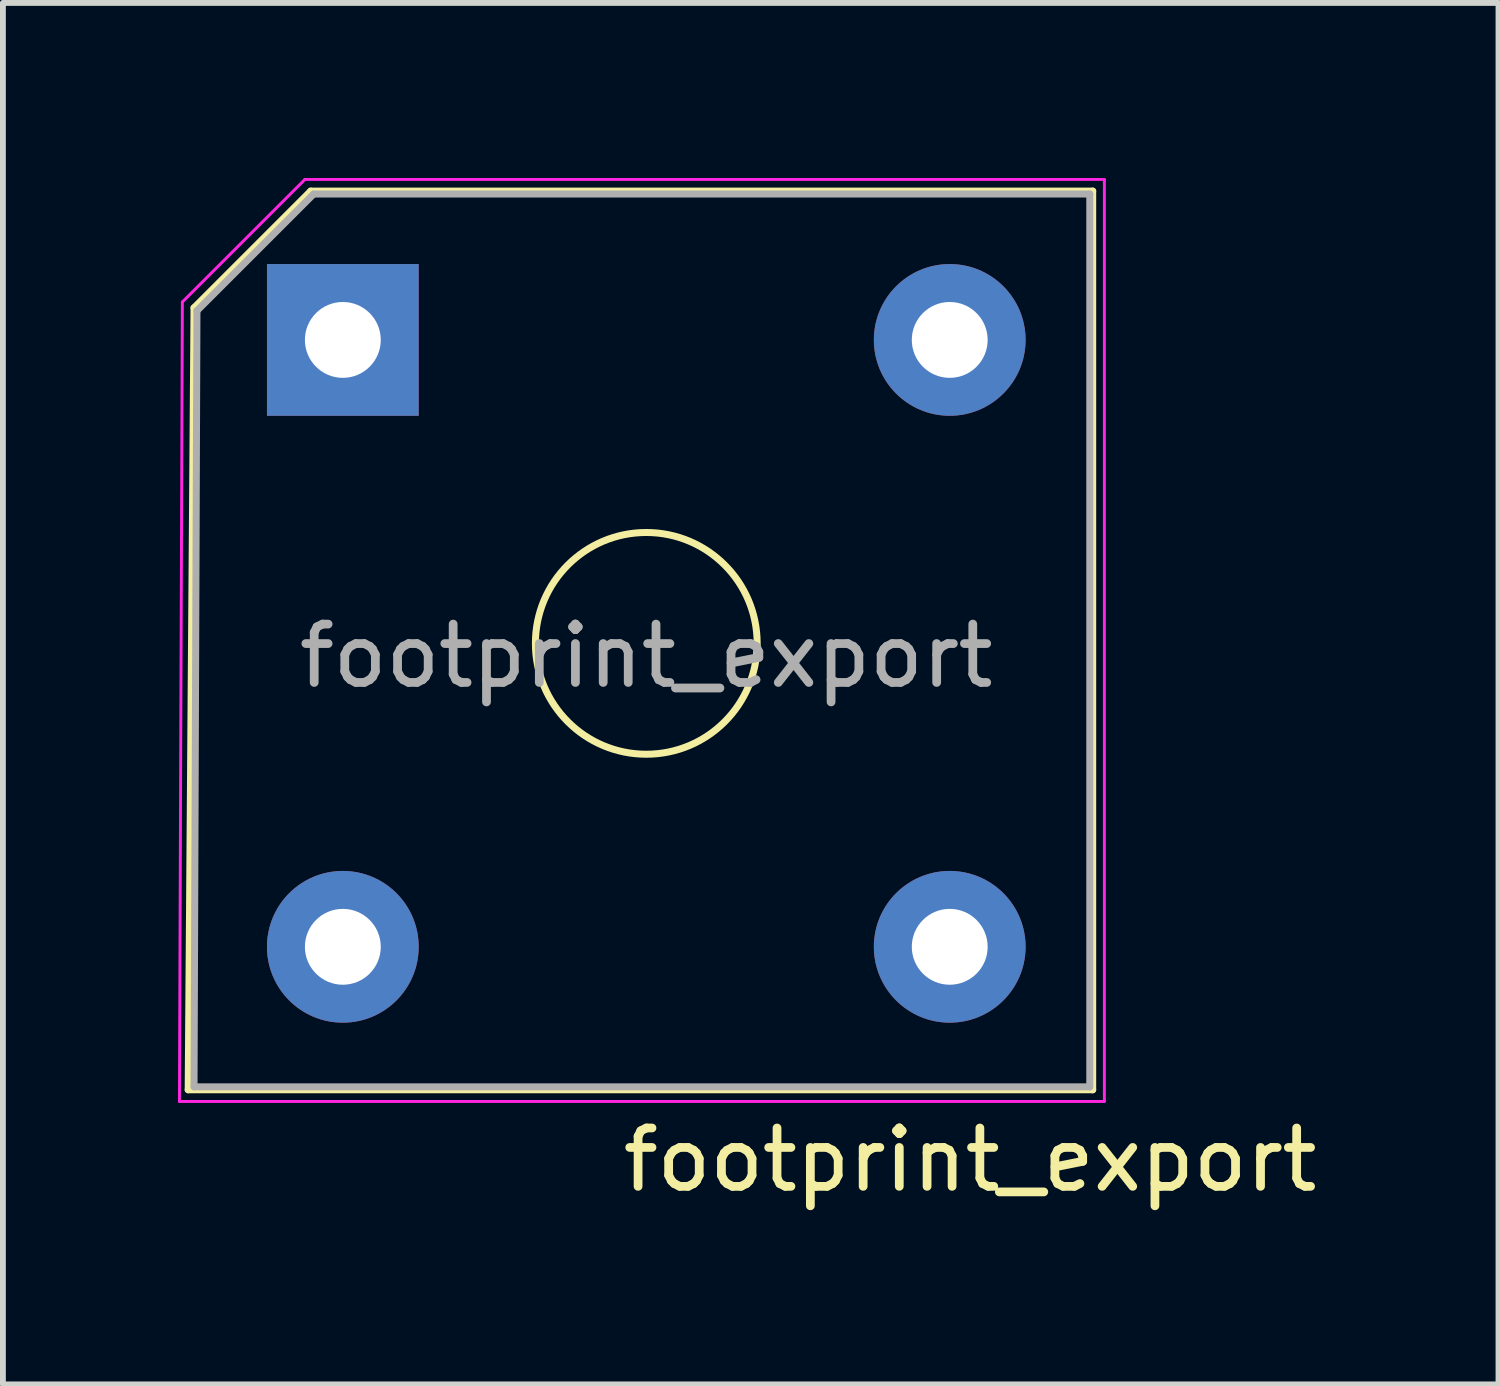
<source format=kicad_pcb>
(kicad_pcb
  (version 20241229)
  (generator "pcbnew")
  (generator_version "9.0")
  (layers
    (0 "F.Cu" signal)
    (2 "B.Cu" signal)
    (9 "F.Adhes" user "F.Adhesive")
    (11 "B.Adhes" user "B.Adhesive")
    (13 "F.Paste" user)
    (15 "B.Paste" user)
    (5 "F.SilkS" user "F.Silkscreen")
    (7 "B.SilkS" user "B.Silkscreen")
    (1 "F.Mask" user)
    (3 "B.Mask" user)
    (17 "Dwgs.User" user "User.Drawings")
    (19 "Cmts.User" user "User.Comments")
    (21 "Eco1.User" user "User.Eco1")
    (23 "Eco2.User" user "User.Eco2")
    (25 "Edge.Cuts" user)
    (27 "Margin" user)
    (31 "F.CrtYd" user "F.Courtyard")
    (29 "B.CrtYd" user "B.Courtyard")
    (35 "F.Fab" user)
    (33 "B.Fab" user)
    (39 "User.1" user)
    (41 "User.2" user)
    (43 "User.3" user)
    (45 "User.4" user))
  (footprint "footprint_export"
    (layer "F.Cu")
    (at 2.825 2.775)
    (property "Reference" "footprint_export" (at 10.75 14.05 180) (layer "F.SilkS") (effects (font (size 1 1) (thickness 0.15))))
    (attr through_hole)
    (fp_line (start -2.65 12.85) (end 12.85 12.85) (stroke (width 0.12) (type solid)) (layer "F.SilkS"))
    (fp_line (start -2.55 -0.55) (end -2.65 12.85) (stroke (width 0.12) (type solid)) (layer "F.SilkS"))
    (fp_line (start -0.55 -2.55) (end -2.55 -0.55) (stroke (width 0.12) (type solid)) (layer "F.SilkS"))
    (fp_line (start 12.85 -2.55) (end -0.55 -2.55) (stroke (width 0.12) (type solid)) (layer "F.SilkS"))
    (fp_line (start 12.85 12.85) (end 12.85 -2.55) (stroke (width 0.12) (type solid)) (layer "F.SilkS"))
    (fp_circle (center 5.2 5.2) (end 5.2 7.1) (stroke (width 0.12) (type solid)) (fill no) (layer "F.SilkS"))
    (fp_line (start -2.8 13.05) (end -2.75 -0.65) (stroke (width 0.05) (type solid)) (layer "F.CrtYd"))
    (fp_line (start -2.75 -0.65) (end -0.65 -2.75) (stroke (width 0.05) (type solid)) (layer "F.CrtYd"))
    (fp_line (start -0.65 -2.75) (end 13.05 -2.75) (stroke (width 0.05) (type solid)) (layer "F.CrtYd"))
    (fp_line (start 13.05 -2.75) (end 13.05 13.05) (stroke (width 0.05) (type solid)) (layer "F.CrtYd"))
    (fp_line (start 13.05 13.05) (end -2.8 13.05) (stroke (width 0.05) (type solid)) (layer "F.CrtYd"))
    (fp_line (start -2.55 12.8) (end -2.5 -0.5) (stroke (width 0.12) (type solid)) (layer "F.Fab"))
    (fp_line (start -2.5 -0.5) (end -0.5 -2.5) (stroke (width 0.12) (type solid)) (layer "F.Fab"))
    (fp_line (start -0.5 -2.5) (end 12.8 -2.5) (stroke (width 0.12) (type solid)) (layer "F.Fab"))
    (fp_line (start 12.8 -2.5) (end 12.8 12.8) (stroke (width 0.12) (type solid)) (layer "F.Fab"))
    (fp_line (start 12.8 12.8) (end -2.55 12.8) (stroke (width 0.12) (type solid)) (layer "F.Fab"))
    (fp_text user "${REFERENCE}" (at 5.2 5.415 180) (layer "F.Fab") (effects (font (size 1 1) (thickness 0.15))))
    (pad "1" thru_hole rect (at 0 0) (size 2.6 2.6) (drill 1.3) (layers "*.Cu" "*.Mask"))
    (pad "2" thru_hole circle (at 0 10.4) (size 2.6 2.6) (drill 1.3) (layers "*.Cu" "*.Mask"))
    (pad "3" thru_hole circle (at 10.4 10.4) (size 2.6 2.6) (drill 1.3) (layers "*.Cu" "*.Mask"))
    (pad "4" thru_hole circle (at 10.4 0) (size 2.6 2.6) (drill 1.3) (layers "*.Cu" "*.Mask")))
  (gr_rect
    (start -3 -3)
    (end 22.629 20.673)
    (stroke (width 0.1) (type default))
    (fill no)
    (layer "Edge.Cuts")))
</source>
